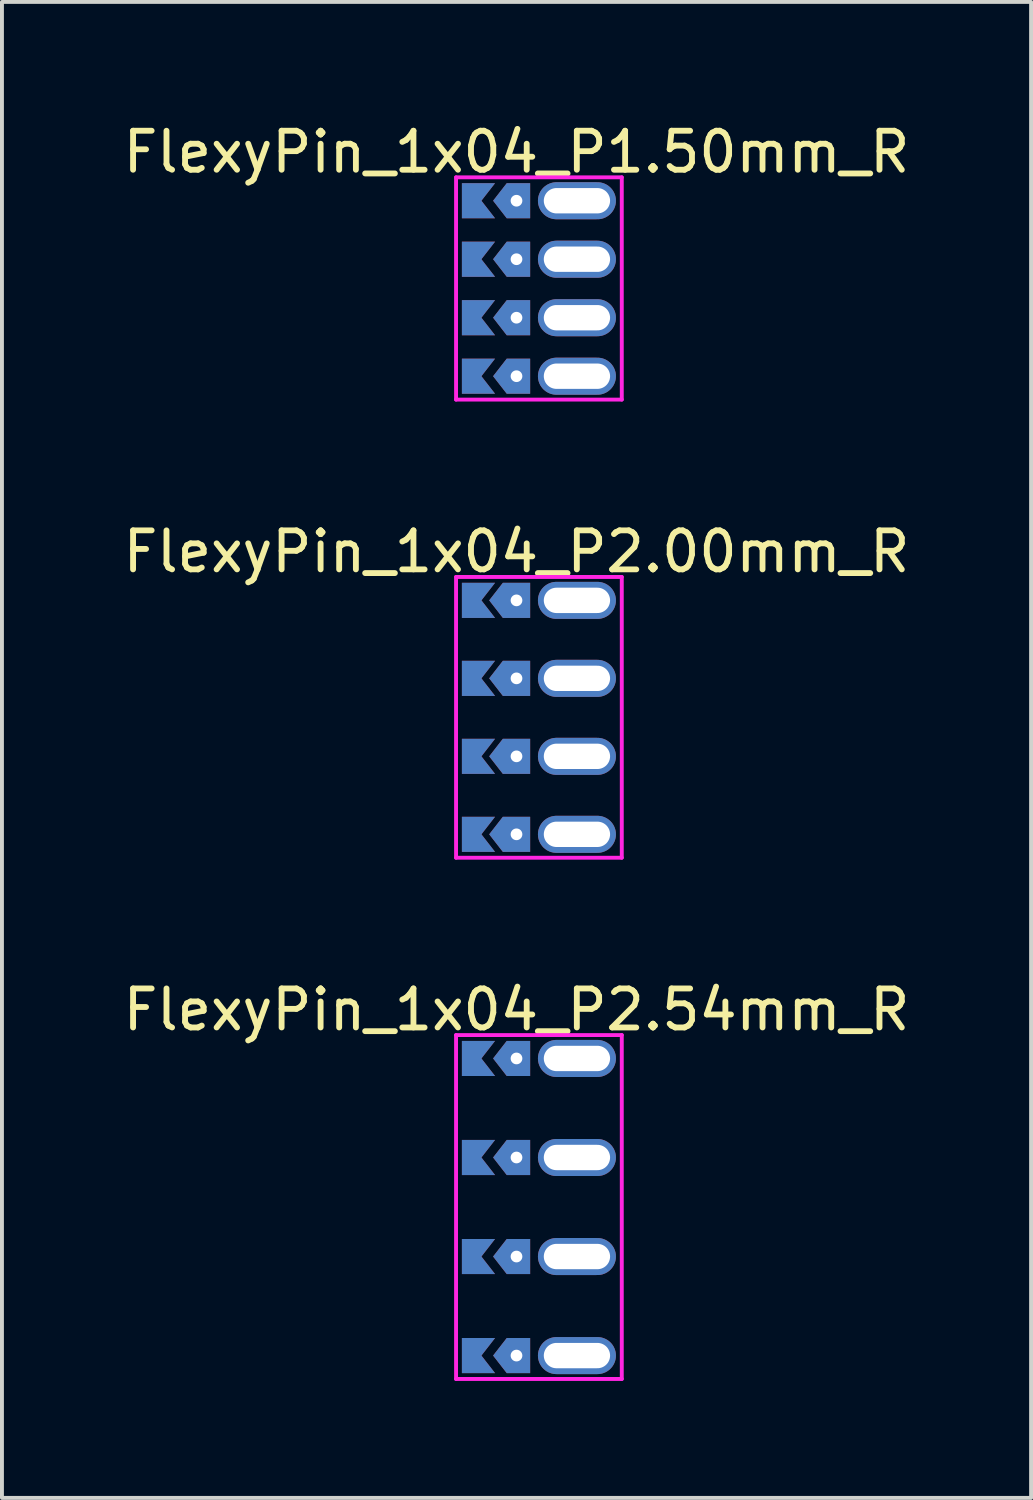
<source format=kicad_pcb>
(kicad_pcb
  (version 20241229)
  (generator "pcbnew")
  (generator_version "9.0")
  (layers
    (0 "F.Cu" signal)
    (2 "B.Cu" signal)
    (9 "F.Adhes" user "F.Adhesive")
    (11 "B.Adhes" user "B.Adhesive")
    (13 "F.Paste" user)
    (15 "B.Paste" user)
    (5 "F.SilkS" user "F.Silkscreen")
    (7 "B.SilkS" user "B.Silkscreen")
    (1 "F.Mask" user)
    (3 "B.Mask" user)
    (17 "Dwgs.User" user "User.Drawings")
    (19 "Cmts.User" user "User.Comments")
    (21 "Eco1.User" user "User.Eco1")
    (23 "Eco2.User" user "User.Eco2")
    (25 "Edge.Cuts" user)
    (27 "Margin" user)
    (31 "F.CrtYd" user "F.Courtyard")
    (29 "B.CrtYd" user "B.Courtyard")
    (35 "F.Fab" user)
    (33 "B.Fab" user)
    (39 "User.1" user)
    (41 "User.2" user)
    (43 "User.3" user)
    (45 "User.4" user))
  (footprint "FlexyPin_1x04_P2.54mm_R"
    (layer "F.Cu")
    (at 10.196 24.095)
    (property "Reference" "FlexyPin_1x04_P2.54mm_R" (at 0 -1.25 0) (layer "F.SilkS") (effects (font (size 1 1) (thickness 0.15))))
    (attr through_hole)
    (fp_line (start -1.55 -0.6) (end 2.7 -0.6) (stroke (width 0.1) (type solid)) (layer "F.CrtYd"))
    (fp_line (start -1.55 8.22) (end -1.55 -0.6) (stroke (width 0.1) (type solid)) (layer "F.CrtYd"))
    (fp_line (start 2.7 -0.6) (end 2.7 8.22) (stroke (width 0.1) (type solid)) (layer "F.CrtYd"))
    (fp_line (start 2.7 8.22) (end -1.55 8.22) (stroke (width 0.1) (type solid)) (layer "F.CrtYd"))
    (pad "" thru_hole custom (at 0 0) (size 0.3 0.3) (drill 0.6) (layers "*.Cu" "*.Mask") (options (anchor rect)) (primitives (gr_poly (pts (xy 0.35 0.45) (xy 0.35 -0.45) (xy -0.25 -0.45) (xy -0.6 0) (xy -0.25 0.45)) (width 0) (fill yes))))
    (pad "" thru_hole custom (at 0 2.54) (size 0.3 0.3) (drill 0.6) (layers "*.Cu" "*.Mask") (options (anchor rect)) (primitives (gr_poly (pts (xy 0.35 0.45) (xy 0.35 -0.45) (xy -0.25 -0.45) (xy -0.6 0) (xy -0.25 0.45)) (width 0) (fill yes))))
    (pad "" thru_hole custom (at 0 5.08) (size 0.3 0.3) (drill 0.6) (layers "*.Cu" "*.Mask") (options (anchor rect)) (primitives (gr_poly (pts (xy 0.35 0.45) (xy 0.35 -0.45) (xy -0.25 -0.45) (xy -0.6 0) (xy -0.25 0.45)) (width 0) (fill yes))))
    (pad "" thru_hole custom (at 0 7.62) (size 0.3 0.3) (drill 0.6) (layers "*.Cu" "*.Mask") (options (anchor rect)) (primitives (gr_poly (pts (xy 0.35 0.45) (xy 0.35 -0.45) (xy -0.25 -0.45) (xy -0.6 0) (xy -0.25 0.45)) (width 0) (fill yes))))
    (pad "" thru_hole oval (at 1.55 0) (size 2 0.95) (drill oval 1.7 0.65) (layers "*.Cu" "*.Mask"))
    (pad "" thru_hole oval (at 1.55 2.54) (size 2 0.95) (drill oval 1.7 0.65) (layers "*.Cu" "*.Mask"))
    (pad "" thru_hole oval (at 1.55 5.08) (size 2 0.95) (drill oval 1.7 0.65) (layers "*.Cu" "*.Mask"))
    (pad "" thru_hole oval (at 1.55 7.62) (size 2 0.95) (drill oval 1.7 0.65) (layers "*.Cu" "*.Mask"))
    (pad "1" smd custom (at -0.9 0) (size 0.01 0.01) (layers "F.Cu" "F.Mask") (options (anchor rect)) (primitives (gr_poly (pts (xy 0 0) (xy 0.35 0.45) (xy -0.5 0.45) (xy -0.5 -0.45) (xy 0.35 -0.45)) (width 0) (fill yes))))
    (pad "2" smd custom (at -0.9 2.54) (size 0.01 0.01) (layers "F.Cu" "F.Mask") (options (anchor rect)) (primitives (gr_poly (pts (xy 0 0) (xy 0.35 0.45) (xy -0.5 0.45) (xy -0.5 -0.45) (xy 0.35 -0.45)) (width 0) (fill yes))))
    (pad "3" smd custom (at -0.9 5.08) (size 0.01 0.01) (layers "F.Cu" "F.Mask") (options (anchor rect)) (primitives (gr_poly (pts (xy 0 0) (xy 0.35 0.45) (xy -0.5 0.45) (xy -0.5 -0.45) (xy 0.35 -0.45)) (width 0) (fill yes))))
    (pad "4" smd custom (at -0.9 7.62) (size 0.01 0.01) (layers "F.Cu" "F.Mask") (options (anchor rect)) (primitives (gr_poly (pts (xy 0 0) (xy 0.35 0.45) (xy -0.5 0.45) (xy -0.5 -0.45) (xy 0.35 -0.45)) (width 0) (fill yes))))
    (pad "5" smd custom (at -0.9 0) (size 0.01 0.01) (layers "B.Cu" "B.Mask") (options (anchor rect)) (primitives (gr_poly (pts (xy 0 0) (xy 0.35 0.45) (xy -0.5 0.45) (xy -0.5 -0.45) (xy 0.35 -0.45)) (width 0) (fill yes))))
    (pad "6" smd custom (at -0.9 2.54) (size 0.01 0.01) (layers "B.Cu" "B.Mask") (options (anchor rect)) (primitives (gr_poly (pts (xy 0 0) (xy 0.35 0.45) (xy -0.5 0.45) (xy -0.5 -0.45) (xy 0.35 -0.45)) (width 0) (fill yes))))
    (pad "7" smd custom (at -0.9 5.08) (size 0.01 0.01) (layers "B.Cu" "B.Mask") (options (anchor rect)) (primitives (gr_poly (pts (xy 0 0) (xy 0.35 0.45) (xy -0.5 0.45) (xy -0.5 -0.45) (xy 0.35 -0.45)) (width 0) (fill yes))))
    (pad "8" smd custom (at -0.9 7.62) (size 0.01 0.01) (layers "B.Cu" "B.Mask") (options (anchor rect)) (primitives (gr_poly (pts (xy 0 0) (xy 0.35 0.45) (xy -0.5 0.45) (xy -0.5 -0.45) (xy 0.35 -0.45)) (width 0) (fill yes)))))
  (footprint "FlexyPin_1x04_P2.00mm_R"
    (layer "F.Cu")
    (at 10.196 12.347)
    (property "Reference" "FlexyPin_1x04_P2.00mm_R" (at 0 -1.25 0) (layer "F.SilkS") (effects (font (size 1 1) (thickness 0.15))))
    (attr through_hole)
    (fp_line (start -1.55 -0.6) (end 2.7 -0.6) (stroke (width 0.1) (type solid)) (layer "F.CrtYd"))
    (fp_line (start -1.55 6.6) (end -1.55 -0.6) (stroke (width 0.1) (type solid)) (layer "F.CrtYd"))
    (fp_line (start 2.7 -0.6) (end 2.7 6.6) (stroke (width 0.1) (type solid)) (layer "F.CrtYd"))
    (fp_line (start 2.7 6.6) (end -1.55 6.6) (stroke (width 0.1) (type solid)) (layer "F.CrtYd"))
    (pad "" thru_hole custom (at 0 0) (size 0.3 0.3) (drill 0.6) (layers "*.Cu" "*.Mask") (options (anchor rect)) (primitives (gr_poly (pts (xy 0.35 0.45) (xy 0.35 -0.45) (xy -0.35 -0.45) (xy -0.7 0) (xy -0.35 0.45)) (width 0) (fill yes))))
    (pad "" thru_hole custom (at 0 2) (size 0.3 0.3) (drill 0.6) (layers "*.Cu" "*.Mask") (options (anchor rect)) (primitives (gr_poly (pts (xy 0.35 0.45) (xy 0.35 -0.45) (xy -0.35 -0.45) (xy -0.7 0) (xy -0.35 0.45)) (width 0) (fill yes))))
    (pad "" thru_hole custom (at 0 4) (size 0.3 0.3) (drill 0.6) (layers "*.Cu" "*.Mask") (options (anchor rect)) (primitives (gr_poly (pts (xy 0.35 0.45) (xy 0.35 -0.45) (xy -0.35 -0.45) (xy -0.7 0) (xy -0.35 0.45)) (width 0) (fill yes))))
    (pad "" thru_hole custom (at 0 6) (size 0.3 0.3) (drill 0.6) (layers "*.Cu" "*.Mask") (options (anchor rect)) (primitives (gr_poly (pts (xy 0.35 0.45) (xy 0.35 -0.45) (xy -0.35 -0.45) (xy -0.7 0) (xy -0.35 0.45)) (width 0) (fill yes))))
    (pad "" thru_hole oval (at 1.55 0) (size 2 0.95) (drill oval 1.7 0.65) (layers "*.Cu" "*.Mask"))
    (pad "" thru_hole oval (at 1.55 2) (size 2 0.95) (drill oval 1.7 0.65) (layers "*.Cu" "*.Mask"))
    (pad "" thru_hole oval (at 1.55 4) (size 2 0.95) (drill oval 1.7 0.65) (layers "*.Cu" "*.Mask"))
    (pad "" thru_hole oval (at 1.55 6) (size 2 0.95) (drill oval 1.7 0.65) (layers "*.Cu" "*.Mask"))
    (pad "1" smd custom (at -0.9 0) (size 0.01 0.01) (layers "F.Cu" "F.Mask") (options (anchor rect)) (primitives (gr_poly (pts (xy 0 0) (xy 0.35 0.45) (xy -0.5 0.45) (xy -0.5 -0.45) (xy 0.35 -0.45)) (width 0) (fill yes))))
    (pad "2" smd custom (at -0.9 2) (size 0.01 0.01) (layers "F.Cu" "F.Mask") (options (anchor rect)) (primitives (gr_poly (pts (xy 0 0) (xy 0.35 0.45) (xy -0.5 0.45) (xy -0.5 -0.45) (xy 0.35 -0.45)) (width 0) (fill yes))))
    (pad "3" smd custom (at -0.9 4) (size 0.01 0.01) (layers "F.Cu" "F.Mask") (options (anchor rect)) (primitives (gr_poly (pts (xy 0 0) (xy 0.35 0.45) (xy -0.5 0.45) (xy -0.5 -0.45) (xy 0.35 -0.45)) (width 0) (fill yes))))
    (pad "4" smd custom (at -0.9 6) (size 0.01 0.01) (layers "F.Cu" "F.Mask") (options (anchor rect)) (primitives (gr_poly (pts (xy 0 0) (xy 0.35 0.45) (xy -0.5 0.45) (xy -0.5 -0.45) (xy 0.35 -0.45)) (width 0) (fill yes))))
    (pad "5" smd custom (at -0.9 0) (size 0.01 0.01) (layers "B.Cu" "B.Mask") (options (anchor rect)) (primitives (gr_poly (pts (xy 0 0) (xy 0.35 0.45) (xy -0.5 0.45) (xy -0.5 -0.45) (xy 0.35 -0.45)) (width 0) (fill yes))))
    (pad "6" smd custom (at -0.9 2) (size 0.01 0.01) (layers "B.Cu" "B.Mask") (options (anchor rect)) (primitives (gr_poly (pts (xy 0 0) (xy 0.35 0.45) (xy -0.5 0.45) (xy -0.5 -0.45) (xy 0.35 -0.45)) (width 0) (fill yes))))
    (pad "7" smd custom (at -0.9 4) (size 0.01 0.01) (layers "B.Cu" "B.Mask") (options (anchor rect)) (primitives (gr_poly (pts (xy 0 0) (xy 0.35 0.45) (xy -0.5 0.45) (xy -0.5 -0.45) (xy 0.35 -0.45)) (width 0) (fill yes))))
    (pad "8" smd custom (at -0.9 6) (size 0.01 0.01) (layers "B.Cu" "B.Mask") (options (anchor rect)) (primitives (gr_poly (pts (xy 0 0) (xy 0.35 0.45) (xy -0.5 0.45) (xy -0.5 -0.45) (xy 0.35 -0.45)) (width 0) (fill yes)))))
  (footprint "FlexyPin_1x04_P1.50mm_R"
    (layer "F.Cu")
    (at 10.196 2.098)
    (property "Reference" "FlexyPin_1x04_P1.50mm_R" (at 0 -1.25 0) (layer "F.SilkS") (effects (font (size 1 1) (thickness 0.15))))
    (attr through_hole)
    (fp_line (start -1.55 -0.6) (end 2.7 -0.6) (stroke (width 0.1) (type solid)) (layer "F.CrtYd"))
    (fp_line (start -1.55 5.1) (end -1.55 -0.6) (stroke (width 0.1) (type solid)) (layer "F.CrtYd"))
    (fp_line (start 2.7 -0.6) (end 2.7 5.1) (stroke (width 0.1) (type solid)) (layer "F.CrtYd"))
    (fp_line (start 2.7 5.1) (end -1.55 5.1) (stroke (width 0.1) (type solid)) (layer "F.CrtYd"))
    (pad "" thru_hole custom (at 0 0) (size 0.3 0.3) (drill 0.6) (layers "*.Cu" "*.Mask") (options (anchor rect)) (primitives (gr_poly (pts (xy 0.35 0.45) (xy 0.35 -0.45) (xy -0.25 -0.45) (xy -0.6 0) (xy -0.25 0.45)) (width 0) (fill yes))))
    (pad "" thru_hole custom (at 0 1.5) (size 0.3 0.3) (drill 0.6) (layers "*.Cu" "*.Mask") (options (anchor rect)) (primitives (gr_poly (pts (xy 0.35 0.45) (xy 0.35 -0.45) (xy -0.25 -0.45) (xy -0.6 0) (xy -0.25 0.45)) (width 0) (fill yes))))
    (pad "" thru_hole custom (at 0 3) (size 0.3 0.3) (drill 0.6) (layers "*.Cu" "*.Mask") (options (anchor rect)) (primitives (gr_poly (pts (xy 0.35 0.45) (xy 0.35 -0.45) (xy -0.25 -0.45) (xy -0.6 0) (xy -0.25 0.45)) (width 0) (fill yes))))
    (pad "" thru_hole custom (at 0 4.5) (size 0.3 0.3) (drill 0.6) (layers "*.Cu" "*.Mask") (options (anchor rect)) (primitives (gr_poly (pts (xy 0.35 0.45) (xy 0.35 -0.45) (xy -0.25 -0.45) (xy -0.6 0) (xy -0.25 0.45)) (width 0) (fill yes))))
    (pad "" thru_hole oval (at 1.55 0) (size 2 0.95) (drill oval 1.7 0.65) (layers "*.Cu" "*.Mask"))
    (pad "" thru_hole oval (at 1.55 1.5) (size 2 0.95) (drill oval 1.7 0.65) (layers "*.Cu" "*.Mask"))
    (pad "" thru_hole oval (at 1.55 3) (size 2 0.95) (drill oval 1.7 0.65) (layers "*.Cu" "*.Mask"))
    (pad "" thru_hole oval (at 1.55 4.5) (size 2 0.95) (drill oval 1.7 0.65) (layers "*.Cu" "*.Mask"))
    (pad "1" smd custom (at -0.9 0) (size 0.01 0.01) (layers "F.Cu" "F.Mask") (options (anchor rect)) (primitives (gr_poly (pts (xy 0 0) (xy 0.35 0.45) (xy -0.5 0.45) (xy -0.5 -0.45) (xy 0.35 -0.45)) (width 0) (fill yes))))
    (pad "2" smd custom (at -0.9 1.5) (size 0.01 0.01) (layers "F.Cu" "F.Mask") (options (anchor rect)) (primitives (gr_poly (pts (xy 0 0) (xy 0.35 0.45) (xy -0.5 0.45) (xy -0.5 -0.45) (xy 0.35 -0.45)) (width 0) (fill yes))))
    (pad "3" smd custom (at -0.9 3) (size 0.01 0.01) (layers "F.Cu" "F.Mask") (options (anchor rect)) (primitives (gr_poly (pts (xy 0 0) (xy 0.35 0.45) (xy -0.5 0.45) (xy -0.5 -0.45) (xy 0.35 -0.45)) (width 0) (fill yes))))
    (pad "4" smd custom (at -0.9 4.5) (size 0.01 0.01) (layers "F.Cu" "F.Mask") (options (anchor rect)) (primitives (gr_poly (pts (xy 0 0) (xy 0.35 0.45) (xy -0.5 0.45) (xy -0.5 -0.45) (xy 0.35 -0.45)) (width 0) (fill yes))))
    (pad "5" smd custom (at -0.9 0) (size 0.01 0.01) (layers "B.Cu" "B.Mask") (options (anchor rect)) (primitives (gr_poly (pts (xy 0 0) (xy 0.35 0.45) (xy -0.5 0.45) (xy -0.5 -0.45) (xy 0.35 -0.45)) (width 0) (fill yes))))
    (pad "6" smd custom (at -0.9 1.5) (size 0.01 0.01) (layers "B.Cu" "B.Mask") (options (anchor rect)) (primitives (gr_poly (pts (xy 0 0) (xy 0.35 0.45) (xy -0.5 0.45) (xy -0.5 -0.45) (xy 0.35 -0.45)) (width 0) (fill yes))))
    (pad "7" smd custom (at -0.9 3) (size 0.01 0.01) (layers "B.Cu" "B.Mask") (options (anchor rect)) (primitives (gr_poly (pts (xy 0 0) (xy 0.35 0.45) (xy -0.5 0.45) (xy -0.5 -0.45) (xy 0.35 -0.45)) (width 0) (fill yes))))
    (pad "8" smd custom (at -0.9 4.5) (size 0.01 0.01) (layers "B.Cu" "B.Mask") (options (anchor rect)) (primitives (gr_poly (pts (xy 0 0) (xy 0.35 0.45) (xy -0.5 0.45) (xy -0.5 -0.45) (xy 0.35 -0.45)) (width 0) (fill yes)))))
  (gr_rect
    (start -3 -3)
    (end 23.393 35.365)
    (stroke (width 0.1) (type default))
    (fill no)
    (layer "Edge.Cuts")))
</source>
